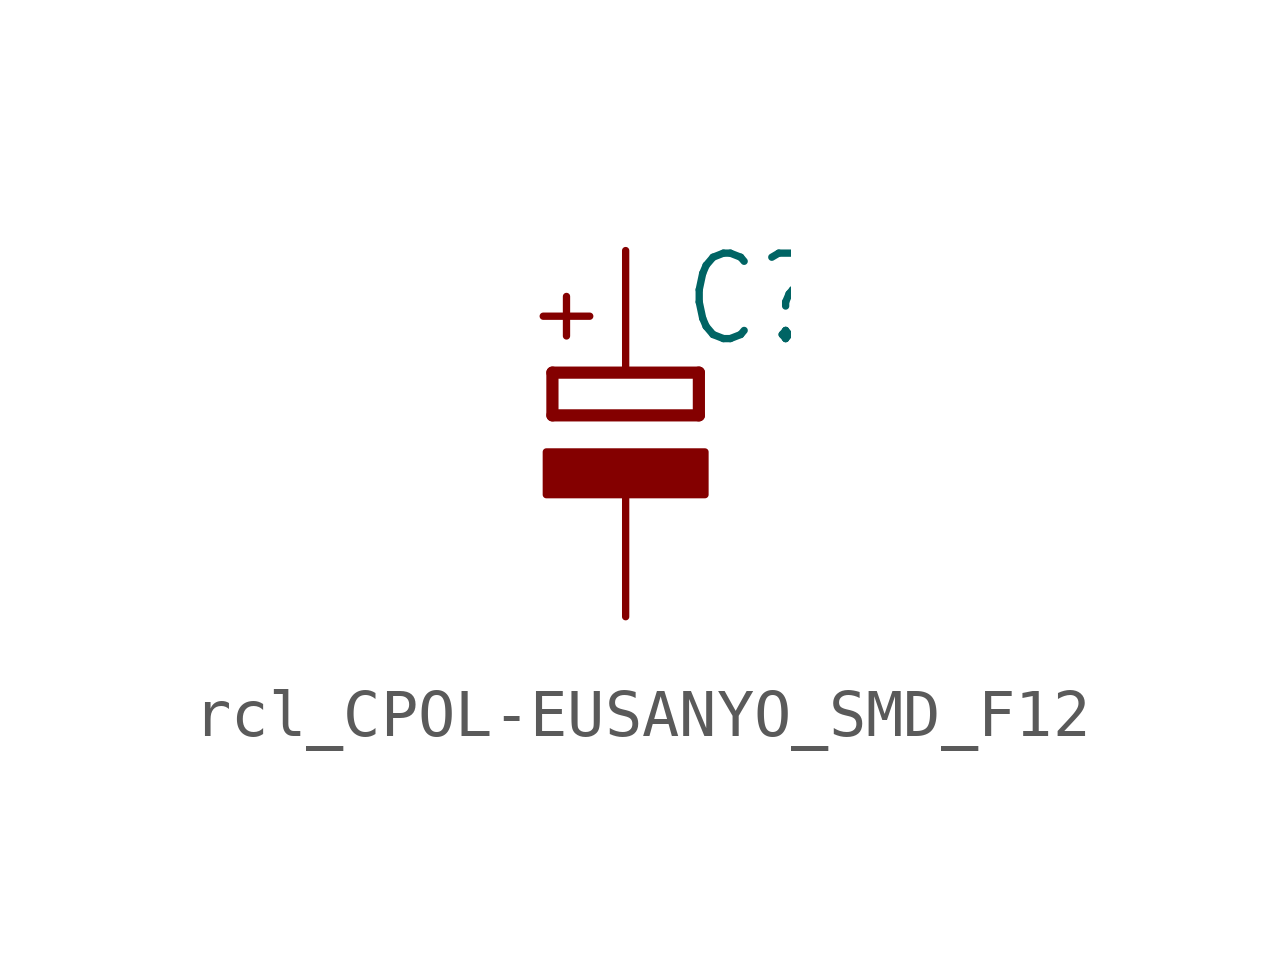
<source format=kicad_sym>
(kicad_symbol_lib
  (version 20231120)
  (generator "kicad_symbol_editor")
  (generator_version "8.0")
  (symbol "rcl_CPOL-EUSANYO_SMD_F12"
    (property "Reference" "C"
      (at 1.143 0.483 0)
      (effects (font (size 1.778 1.511)) (justify left bottom)))
    (property "Value" ""
      (at 1.143 -4.597 0)
      (effects (font (size 1.778 1.511)) (justify left bottom)))
    (property "ki_locked" ""
      (at 0 0 0)
      (effects (font (size 1.27 1.27))))
    (symbol "rcl_CPOL-EUSANYO_SMD_F12_1_0"
      (rectangle (start -1.651 -2.54) (end 1.651 -1.651) (stroke (width 0) (type default)) (fill (type outline)))
      (polyline (pts (xy -1.524 -0.889) (xy 1.524 -0.889)) (stroke (width 0.254) (type solid)) (fill (type none)))
      (polyline (pts (xy -1.524 0) (xy -1.524 -0.889)) (stroke (width 0.254) (type solid)) (fill (type none)))
      (polyline (pts (xy -1.524 0) (xy 1.524 0)) (stroke (width 0.254) (type solid)) (fill (type none)))
      (polyline (pts (xy 1.524 -0.889) (xy 1.524 0)) (stroke (width 0.254) (type solid)) (fill (type none)))
      (text "+" (at -0.584 0.406 900) (effects (font (size 1.27 1.079)) (justify left bottom)))
      (pin passive line (at 0 2.54 270) (length 2.54) (name "+" (effects (font (size 0 0)))) (number "+" (effects (font (size 0 0)))))
      (pin passive line (at 0 -5.08 90) (length 2.54) (name "-" (effects (font (size 0 0)))) (number "-" (effects (font (size 0 0))))))))
</source>
